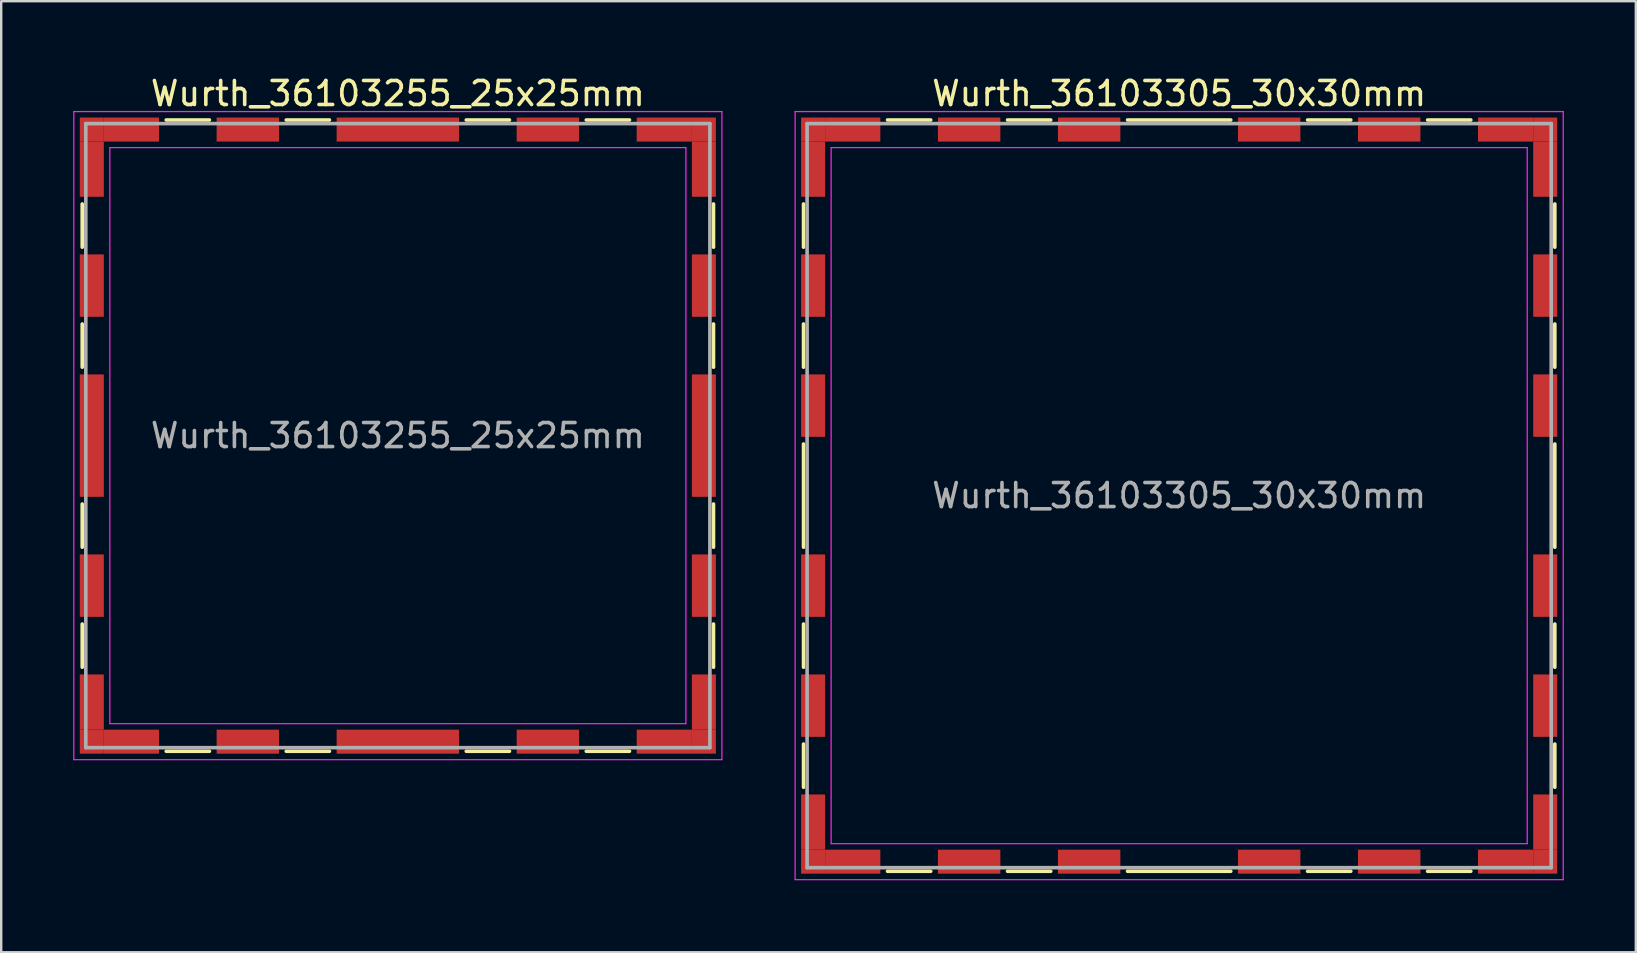
<source format=kicad_pcb>
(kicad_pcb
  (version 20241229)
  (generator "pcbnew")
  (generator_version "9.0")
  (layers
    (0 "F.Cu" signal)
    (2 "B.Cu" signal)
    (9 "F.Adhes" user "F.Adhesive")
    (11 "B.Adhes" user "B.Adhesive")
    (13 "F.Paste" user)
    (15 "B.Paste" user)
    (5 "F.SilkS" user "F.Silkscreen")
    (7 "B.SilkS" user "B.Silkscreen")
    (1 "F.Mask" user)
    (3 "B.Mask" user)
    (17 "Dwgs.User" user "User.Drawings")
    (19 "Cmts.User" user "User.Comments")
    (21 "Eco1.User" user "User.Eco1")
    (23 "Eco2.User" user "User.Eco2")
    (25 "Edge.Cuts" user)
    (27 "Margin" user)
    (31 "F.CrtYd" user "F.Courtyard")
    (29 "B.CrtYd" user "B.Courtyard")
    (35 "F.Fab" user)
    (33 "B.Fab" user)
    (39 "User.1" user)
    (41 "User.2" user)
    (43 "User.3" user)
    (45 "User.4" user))
  (footprint "Wurth_36103305_30x30mm"
    (layer "F.Cu")
    (at 46.075 17.598)
    (property "Reference" "Wurth_36103305_30x30mm" (at 0 -16.75 0) (layer "F.SilkS") (effects (font (size 1 1) (thickness 0.15))))
    (attr smd)
    (fp_line (start -15.65 -12.15) (end -15.65 -10.35) (stroke (width 0.15) (type solid)) (layer "F.SilkS"))
    (fp_line (start -15.65 -7.15) (end -15.65 -5.35) (stroke (width 0.15) (type solid)) (layer "F.SilkS"))
    (fp_line (start -15.65 -2.15) (end -15.65 2.15) (stroke (width 0.15) (type solid)) (layer "F.SilkS"))
    (fp_line (start -15.65 5.35) (end -15.65 7.15) (stroke (width 0.15) (type solid)) (layer "F.SilkS"))
    (fp_line (start -15.65 10.35) (end -15.65 12.15) (stroke (width 0.15) (type solid)) (layer "F.SilkS"))
    (fp_line (start -12.15 -15.65) (end -10.35 -15.65) (stroke (width 0.15) (type solid)) (layer "F.SilkS"))
    (fp_line (start -12.15 15.65) (end -10.35 15.65) (stroke (width 0.15) (type solid)) (layer "F.SilkS"))
    (fp_line (start -7.15 -15.65) (end -5.35 -15.65) (stroke (width 0.15) (type solid)) (layer "F.SilkS"))
    (fp_line (start -7.15 15.65) (end -5.35 15.65) (stroke (width 0.15) (type solid)) (layer "F.SilkS"))
    (fp_line (start -2.15 -15.65) (end 2.15 -15.65) (stroke (width 0.15) (type solid)) (layer "F.SilkS"))
    (fp_line (start -2.15 15.65) (end 2.15 15.65) (stroke (width 0.15) (type solid)) (layer "F.SilkS"))
    (fp_line (start 5.35 -15.65) (end 7.15 -15.65) (stroke (width 0.15) (type solid)) (layer "F.SilkS"))
    (fp_line (start 5.35 15.65) (end 7.15 15.65) (stroke (width 0.15) (type solid)) (layer "F.SilkS"))
    (fp_line (start 10.35 -15.65) (end 12.15 -15.65) (stroke (width 0.15) (type solid)) (layer "F.SilkS"))
    (fp_line (start 10.35 15.65) (end 12.15 15.65) (stroke (width 0.15) (type solid)) (layer "F.SilkS"))
    (fp_line (start 15.65 -12.15) (end 15.65 -10.35) (stroke (width 0.15) (type solid)) (layer "F.SilkS"))
    (fp_line (start 15.65 -7.15) (end 15.65 -5.35) (stroke (width 0.15) (type solid)) (layer "F.SilkS"))
    (fp_line (start 15.65 -2.15) (end 15.65 2.15) (stroke (width 0.15) (type solid)) (layer "F.SilkS"))
    (fp_line (start 15.65 5.35) (end 15.65 7.15) (stroke (width 0.15) (type solid)) (layer "F.SilkS"))
    (fp_line (start 15.65 10.35) (end 15.65 12.15) (stroke (width 0.15) (type solid)) (layer "F.SilkS"))
    (fp_line (start -16 -16) (end -16 16) (stroke (width 0.05) (type solid)) (layer "F.CrtYd"))
    (fp_line (start -16 16) (end 16 16) (stroke (width 0.05) (type solid)) (layer "F.CrtYd"))
    (fp_line (start -14.5 -14.5) (end -14.5 14.5) (stroke (width 0.05) (type solid)) (layer "F.CrtYd"))
    (fp_line (start -14.5 14.5) (end 14.5 14.5) (stroke (width 0.05) (type solid)) (layer "F.CrtYd"))
    (fp_line (start 14.5 -14.5) (end -14.5 -14.5) (stroke (width 0.05) (type solid)) (layer "F.CrtYd"))
    (fp_line (start 14.5 14.5) (end 14.5 -14.5) (stroke (width 0.05) (type solid)) (layer "F.CrtYd"))
    (fp_line (start 16 -16) (end -16 -16) (stroke (width 0.05) (type solid)) (layer "F.CrtYd"))
    (fp_line (start 16 16) (end 16 -16) (stroke (width 0.05) (type solid)) (layer "F.CrtYd"))
    (fp_line (start -15.5 -15.5) (end -15.5 15.5) (stroke (width 0.15) (type solid)) (layer "F.Fab"))
    (fp_line (start -15.5 15.5) (end 15.5 15.5) (stroke (width 0.15) (type solid)) (layer "F.Fab"))
    (fp_line (start 15.5 -15.5) (end -15.5 -15.5) (stroke (width 0.15) (type solid)) (layer "F.Fab"))
    (fp_line (start 15.5 15.5) (end 15.5 -15.5) (stroke (width 0.15) (type solid)) (layer "F.Fab"))
    (fp_text user "${REFERENCE}" (at 0 0 0) (layer "F.Fab") (effects (font (size 1 1) (thickness 0.15))))
    (pad "1" smd rect (at -15.25 -15.25) (size 1 1) (layers "F.Cu" "F.Mask"))
    (pad "1" smd rect (at -15.25 -13.6) (size 1 2.3) (layers "F.Cu" "F.Mask"))
    (pad "1" smd rect (at -15.25 -8.75) (size 1 2.6) (layers "F.Cu" "F.Mask"))
    (pad "1" smd rect (at -15.25 -3.75) (size 1 2.6) (layers "F.Cu" "F.Mask"))
    (pad "1" smd rect (at -15.25 3.75) (size 1 2.6) (layers "F.Cu" "F.Mask"))
    (pad "1" smd rect (at -15.25 8.75) (size 1 2.6) (layers "F.Cu" "F.Mask"))
    (pad "1" smd rect (at -15.25 13.6) (size 1 2.3) (layers "F.Cu" "F.Mask"))
    (pad "1" smd rect (at -15.25 15.25) (size 1 1) (layers "F.Cu" "F.Mask"))
    (pad "1" smd rect (at -13.6 -15.25) (size 2.3 1) (layers "F.Cu" "F.Mask"))
    (pad "1" smd rect (at -13.6 15.25) (size 2.3 1) (layers "F.Cu" "F.Mask"))
    (pad "1" smd rect (at -8.75 -15.25) (size 2.6 1) (layers "F.Cu" "F.Mask"))
    (pad "1" smd rect (at -8.75 15.25) (size 2.6 1) (layers "F.Cu" "F.Mask"))
    (pad "1" smd rect (at -3.75 -15.25) (size 2.6 1) (layers "F.Cu" "F.Mask"))
    (pad "1" smd rect (at -3.75 15.25) (size 2.6 1) (layers "F.Cu" "F.Mask"))
    (pad "1" smd rect (at 3.75 -15.25) (size 2.6 1) (layers "F.Cu" "F.Mask"))
    (pad "1" smd rect (at 3.75 15.25) (size 2.6 1) (layers "F.Cu" "F.Mask"))
    (pad "1" smd rect (at 8.75 -15.25) (size 2.6 1) (layers "F.Cu" "F.Mask"))
    (pad "1" smd rect (at 8.75 15.25) (size 2.6 1) (layers "F.Cu" "F.Mask"))
    (pad "1" smd rect (at 13.6 -15.25) (size 2.3 1) (layers "F.Cu" "F.Mask"))
    (pad "1" smd rect (at 13.6 15.25) (size 2.3 1) (layers "F.Cu" "F.Mask"))
    (pad "1" smd rect (at 15.25 -15.25) (size 1 1) (layers "F.Cu" "F.Mask"))
    (pad "1" smd rect (at 15.25 -13.6) (size 1 2.3) (layers "F.Cu" "F.Mask"))
    (pad "1" smd rect (at 15.25 -8.75) (size 1 2.6) (layers "F.Cu" "F.Mask"))
    (pad "1" smd rect (at 15.25 -3.75) (size 1 2.6) (layers "F.Cu" "F.Mask"))
    (pad "1" smd rect (at 15.25 3.75) (size 1 2.6) (layers "F.Cu" "F.Mask"))
    (pad "1" smd rect (at 15.25 8.75) (size 1 2.6) (layers "F.Cu" "F.Mask"))
    (pad "1" smd rect (at 15.25 13.6) (size 1 2.3) (layers "F.Cu" "F.Mask"))
    (pad "1" smd rect (at 15.25 15.25) (size 1 1) (layers "F.Cu" "F.Mask")))
  (footprint "Wurth_36103255_25x25mm"
    (layer "F.Cu")
    (at 13.525 15.098)
    (property "Reference" "Wurth_36103255_25x25mm" (at 0 -14.25 0) (layer "F.SilkS") (effects (font (size 1 1) (thickness 0.15))))
    (attr smd)
    (fp_line (start -13.15 -9.65) (end -13.15 -7.85) (stroke (width 0.15) (type solid)) (layer "F.SilkS"))
    (fp_line (start -13.15 -4.65) (end -13.15 -2.85) (stroke (width 0.15) (type solid)) (layer "F.SilkS"))
    (fp_line (start -13.15 2.85) (end -13.15 4.65) (stroke (width 0.15) (type solid)) (layer "F.SilkS"))
    (fp_line (start -13.15 7.85) (end -13.15 9.65) (stroke (width 0.15) (type solid)) (layer "F.SilkS"))
    (fp_line (start -9.65 -13.15) (end -7.85 -13.15) (stroke (width 0.15) (type solid)) (layer "F.SilkS"))
    (fp_line (start -9.65 13.15) (end -7.85 13.15) (stroke (width 0.15) (type solid)) (layer "F.SilkS"))
    (fp_line (start -4.65 -13.15) (end -2.85 -13.15) (stroke (width 0.15) (type solid)) (layer "F.SilkS"))
    (fp_line (start -4.65 13.15) (end -2.85 13.15) (stroke (width 0.15) (type solid)) (layer "F.SilkS"))
    (fp_line (start 2.85 -13.15) (end 4.65 -13.15) (stroke (width 0.15) (type solid)) (layer "F.SilkS"))
    (fp_line (start 2.85 13.15) (end 4.65 13.15) (stroke (width 0.15) (type solid)) (layer "F.SilkS"))
    (fp_line (start 7.85 -13.15) (end 9.65 -13.15) (stroke (width 0.15) (type solid)) (layer "F.SilkS"))
    (fp_line (start 7.85 13.15) (end 9.65 13.15) (stroke (width 0.15) (type solid)) (layer "F.SilkS"))
    (fp_line (start 13.15 -9.65) (end 13.15 -7.85) (stroke (width 0.15) (type solid)) (layer "F.SilkS"))
    (fp_line (start 13.15 -4.65) (end 13.15 -2.85) (stroke (width 0.15) (type solid)) (layer "F.SilkS"))
    (fp_line (start 13.15 2.85) (end 13.15 4.65) (stroke (width 0.15) (type solid)) (layer "F.SilkS"))
    (fp_line (start 13.15 7.85) (end 13.15 9.65) (stroke (width 0.15) (type solid)) (layer "F.SilkS"))
    (fp_line (start -13.5 -13.5) (end -13.5 13.5) (stroke (width 0.05) (type solid)) (layer "F.CrtYd"))
    (fp_line (start -13.5 13.5) (end 13.5 13.5) (stroke (width 0.05) (type solid)) (layer "F.CrtYd"))
    (fp_line (start -12 -12) (end -12 12) (stroke (width 0.05) (type solid)) (layer "F.CrtYd"))
    (fp_line (start -12 12) (end 12 12) (stroke (width 0.05) (type solid)) (layer "F.CrtYd"))
    (fp_line (start 12 -12) (end -12 -12) (stroke (width 0.05) (type solid)) (layer "F.CrtYd"))
    (fp_line (start 12 12) (end 12 -12) (stroke (width 0.05) (type solid)) (layer "F.CrtYd"))
    (fp_line (start 13.5 -13.5) (end -13.5 -13.5) (stroke (width 0.05) (type solid)) (layer "F.CrtYd"))
    (fp_line (start 13.5 13.5) (end 13.5 -13.5) (stroke (width 0.05) (type solid)) (layer "F.CrtYd"))
    (fp_line (start -13 -13) (end -13 13) (stroke (width 0.15) (type solid)) (layer "F.Fab"))
    (fp_line (start -13 13) (end 13 13) (stroke (width 0.15) (type solid)) (layer "F.Fab"))
    (fp_line (start 13 -13) (end -13 -13) (stroke (width 0.15) (type solid)) (layer "F.Fab"))
    (fp_line (start 13 13) (end 13 -13) (stroke (width 0.15) (type solid)) (layer "F.Fab"))
    (fp_text user "${REFERENCE}" (at 0 0 0) (layer "F.Fab") (effects (font (size 1 1) (thickness 0.15))))
    (pad "1" smd rect (at -12.75 -12.75) (size 1 1) (layers "F.Cu" "F.Mask"))
    (pad "1" smd rect (at -12.75 -11.1) (size 1 2.3) (layers "F.Cu" "F.Mask"))
    (pad "1" smd rect (at -12.75 -6.25) (size 1 2.6) (layers "F.Cu" "F.Mask"))
    (pad "1" smd rect (at -12.75 0) (size 1 5.1) (layers "F.Cu" "F.Mask"))
    (pad "1" smd rect (at -12.75 6.25) (size 1 2.6) (layers "F.Cu" "F.Mask"))
    (pad "1" smd rect (at -12.75 11.1) (size 1 2.3) (layers "F.Cu" "F.Mask"))
    (pad "1" smd rect (at -12.75 12.75) (size 1 1) (layers "F.Cu" "F.Mask"))
    (pad "1" smd rect (at -11.1 -12.75) (size 2.3 1) (layers "F.Cu" "F.Mask"))
    (pad "1" smd rect (at -11.1 12.75) (size 2.3 1) (layers "F.Cu" "F.Mask"))
    (pad "1" smd rect (at -6.25 -12.75) (size 2.6 1) (layers "F.Cu" "F.Mask"))
    (pad "1" smd rect (at -6.25 12.75) (size 2.6 1) (layers "F.Cu" "F.Mask"))
    (pad "1" smd rect (at 0 -12.75) (size 5.1 1) (layers "F.Cu" "F.Mask"))
    (pad "1" smd rect (at 0 12.75) (size 5.1 1) (layers "F.Cu" "F.Mask"))
    (pad "1" smd rect (at 6.25 -12.75) (size 2.6 1) (layers "F.Cu" "F.Mask"))
    (pad "1" smd rect (at 6.25 12.75) (size 2.6 1) (layers "F.Cu" "F.Mask"))
    (pad "1" smd rect (at 11.1 -12.75) (size 2.3 1) (layers "F.Cu" "F.Mask"))
    (pad "1" smd rect (at 11.1 12.75) (size 2.3 1) (layers "F.Cu" "F.Mask"))
    (pad "1" smd rect (at 12.75 -12.75) (size 1 1) (layers "F.Cu" "F.Mask"))
    (pad "1" smd rect (at 12.75 -11.1) (size 1 2.3) (layers "F.Cu" "F.Mask"))
    (pad "1" smd rect (at 12.75 -6.25) (size 1 2.6) (layers "F.Cu" "F.Mask"))
    (pad "1" smd rect (at 12.75 0) (size 1 5.1) (layers "F.Cu" "F.Mask"))
    (pad "1" smd rect (at 12.75 6.25) (size 1 2.6) (layers "F.Cu" "F.Mask"))
    (pad "1" smd rect (at 12.75 11.1) (size 1 2.3) (layers "F.Cu" "F.Mask"))
    (pad "1" smd rect (at 12.75 12.75) (size 1 1) (layers "F.Cu" "F.Mask")))
  (gr_rect
    (start -3 -3)
    (end 65.1 36.623)
    (stroke (width 0.1) (type default))
    (fill no)
    (layer "Edge.Cuts")))
</source>
